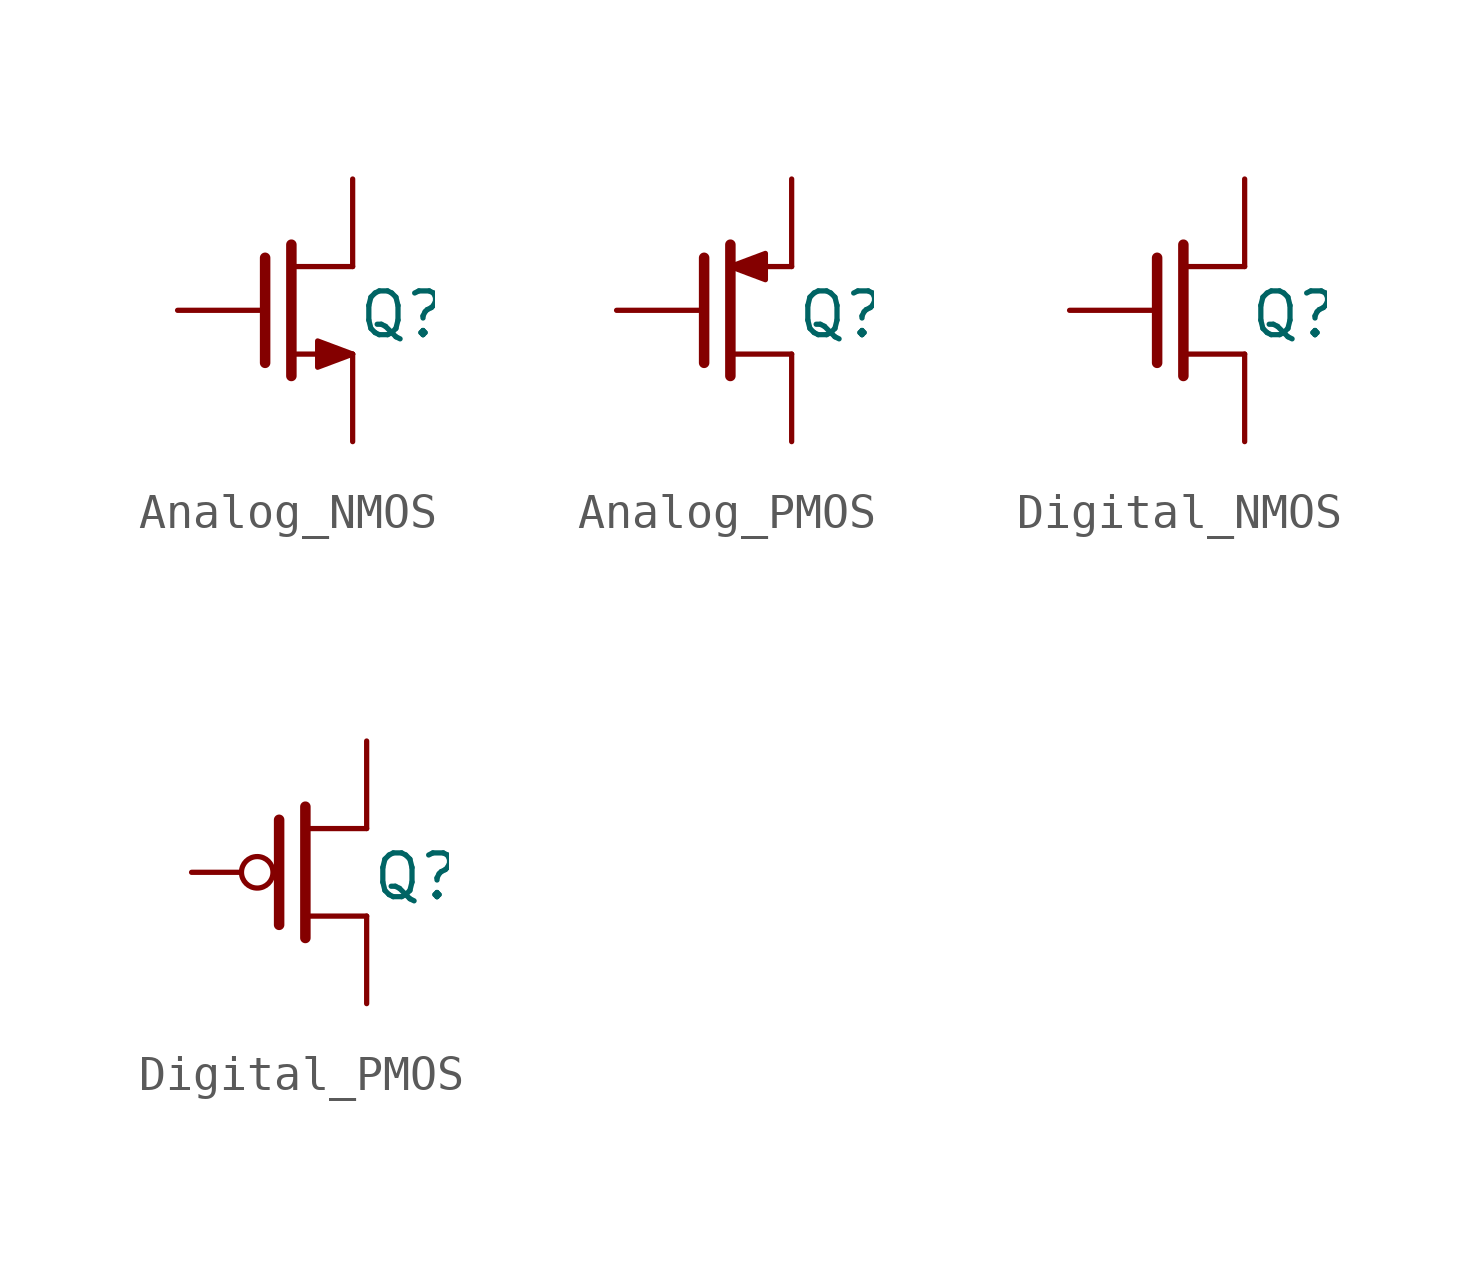
<source format=kicad_sym>
(kicad_symbol_lib
  (version 20220914)
  (generator kicad_symbol_editor)
  (symbol "Analog_NMOS"
    (pin_numbers hide)
    (pin_names
      (offset 0) hide)
    (property "Reference" "Q"
      (at 0.127 -0.127 0)
      (do_not_autoplace)
      (effects (font (size 1.27 1.27)) (justify left)))
    (symbol "Analog_NMOS_0_1"
      (polyline (pts (xy -2.54 -1.524) (xy -2.54 1.524)) (stroke (width 0.305) (type default)) (fill (type none)))
      (polyline (pts (xy -1.778 -1.905) (xy -1.778 1.905)) (stroke (width 0.305) (type default)) (fill (type none)))
      (polyline (pts (xy 0 -1.27) (xy -1.778 -1.27)) (stroke (width 0) (type default)) (fill (type none)))
      (polyline (pts (xy 0 1.27) (xy -1.778 1.27)) (stroke (width 0) (type default)) (fill (type none)))
      (polyline (pts (xy 0 -1.27) (xy -1.016 -1.651) (xy -1.016 -0.889) (xy 0 -1.27)) (stroke (width 0) (type default)) (fill (type outline))))
    (symbol "Analog_NMOS_1_1"
      (pin passive line (at 0 3.81 270) (length 2.54) (name "D" (effects (font (size 1.27 1.27)))) (number "1" (effects (font (size 1.27 1.27)))))
      (pin input line (at -5.08 0 0) (length 2.54) (name "G" (effects (font (size 1.27 1.27)))) (number "2" (effects (font (size 1.27 1.27)))))
      (pin passive line (at 0 -3.81 90) (length 2.54) (name "S" (effects (font (size 1.27 1.27)))) (number "3" (effects (font (size 1.27 1.27)))))))
  (symbol "Analog_PMOS"
    (pin_numbers hide)
    (pin_names
      (offset 0) hide)
    (property "Reference" "Q"
      (at 0.127 -0.127 0)
      (do_not_autoplace)
      (effects (font (size 1.27 1.27)) (justify left)))
    (symbol "Analog_PMOS_0_1"
      (polyline (pts (xy -2.54 -1.524) (xy -2.54 1.524)) (stroke (width 0.305) (type default)) (fill (type none)))
      (polyline (pts (xy -1.778 -1.905) (xy -1.778 1.905)) (stroke (width 0.305) (type default)) (fill (type none)))
      (polyline (pts (xy 0 -1.27) (xy -1.778 -1.27)) (stroke (width 0) (type default)) (fill (type none)))
      (polyline (pts (xy 0 1.27) (xy -1.778 1.27)) (stroke (width 0) (type default)) (fill (type none)))
      (polyline (pts (xy -1.778 1.27) (xy -0.762 0.889) (xy -0.762 1.651) (xy -1.778 1.27)) (stroke (width 0) (type default)) (fill (type outline))))
    (symbol "Analog_PMOS_1_1"
      (pin passive line (at 0 3.81 270) (length 2.54) (name "S" (effects (font (size 1.27 1.27)))) (number "1" (effects (font (size 1.27 1.27)))))
      (pin input line (at -5.08 0 0) (length 2.54) (name "G" (effects (font (size 1.27 1.27)))) (number "2" (effects (font (size 1.27 1.27)))))
      (pin passive line (at 0 -3.81 90) (length 2.54) (name "D" (effects (font (size 1.27 1.27)))) (number "3" (effects (font (size 1.27 1.27)))))))
  (symbol "Digital_NMOS"
    (pin_numbers hide)
    (pin_names
      (offset 0) hide)
    (property "Reference" "Q"
      (at 0.127 -0.127 0)
      (do_not_autoplace)
      (effects (font (size 1.27 1.27)) (justify left)))
    (symbol "Digital_NMOS_0_1"
      (polyline (pts (xy -2.54 -1.524) (xy -2.54 1.524)) (stroke (width 0.305) (type default)) (fill (type none)))
      (polyline (pts (xy -1.778 -1.905) (xy -1.778 1.905)) (stroke (width 0.305) (type default)) (fill (type none)))
      (polyline (pts (xy 0 -1.27) (xy -1.778 -1.27)) (stroke (width 0) (type default)) (fill (type none)))
      (polyline (pts (xy 0 1.27) (xy -1.778 1.27)) (stroke (width 0) (type default)) (fill (type none))))
    (symbol "Digital_NMOS_1_1"
      (pin passive line (at 0 3.81 270) (length 2.54) (name "D" (effects (font (size 1.27 1.27)))) (number "1" (effects (font (size 1.27 1.27)))))
      (pin input line (at -5.08 0 0) (length 2.54) (name "G" (effects (font (size 1.27 1.27)))) (number "2" (effects (font (size 1.27 1.27)))))
      (pin passive line (at 0 -3.81 90) (length 2.54) (name "S" (effects (font (size 1.27 1.27)))) (number "3" (effects (font (size 1.27 1.27)))))))
  (symbol "Digital_PMOS"
    (pin_numbers hide)
    (pin_names
      (offset 0) hide)
    (property "Reference" "Q"
      (at 0.127 -0.127 0)
      (do_not_autoplace)
      (effects (font (size 1.27 1.27)) (justify left)))
    (symbol "Digital_PMOS_0_1"
      (circle (center -3.175 0) (radius 0.457) (stroke (width 0) (type default)) (fill (type none)))
      (polyline (pts (xy -2.54 -1.524) (xy -2.54 1.524)) (stroke (width 0.305) (type default)) (fill (type none)))
      (polyline (pts (xy -1.778 -1.905) (xy -1.778 1.905)) (stroke (width 0.305) (type default)) (fill (type none)))
      (polyline (pts (xy 0 -1.27) (xy -1.778 -1.27)) (stroke (width 0) (type default)) (fill (type none)))
      (polyline (pts (xy 0 1.27) (xy -1.778 1.27)) (stroke (width 0) (type default)) (fill (type none))))
    (symbol "Digital_PMOS_1_1"
      (pin passive line (at 0 3.81 270) (length 2.54) (name "S" (effects (font (size 1.27 1.27)))) (number "1" (effects (font (size 1.27 1.27)))))
      (pin input line (at -5.08 0 0) (length 1.4) (name "G" (effects (font (size 1.27 1.27)))) (number "2" (effects (font (size 1.27 1.27)))))
      (pin passive line (at 0 -3.81 90) (length 2.54) (name "D" (effects (font (size 1.27 1.27)))) (number "3" (effects (font (size 1.27 1.27))))))))
</source>
